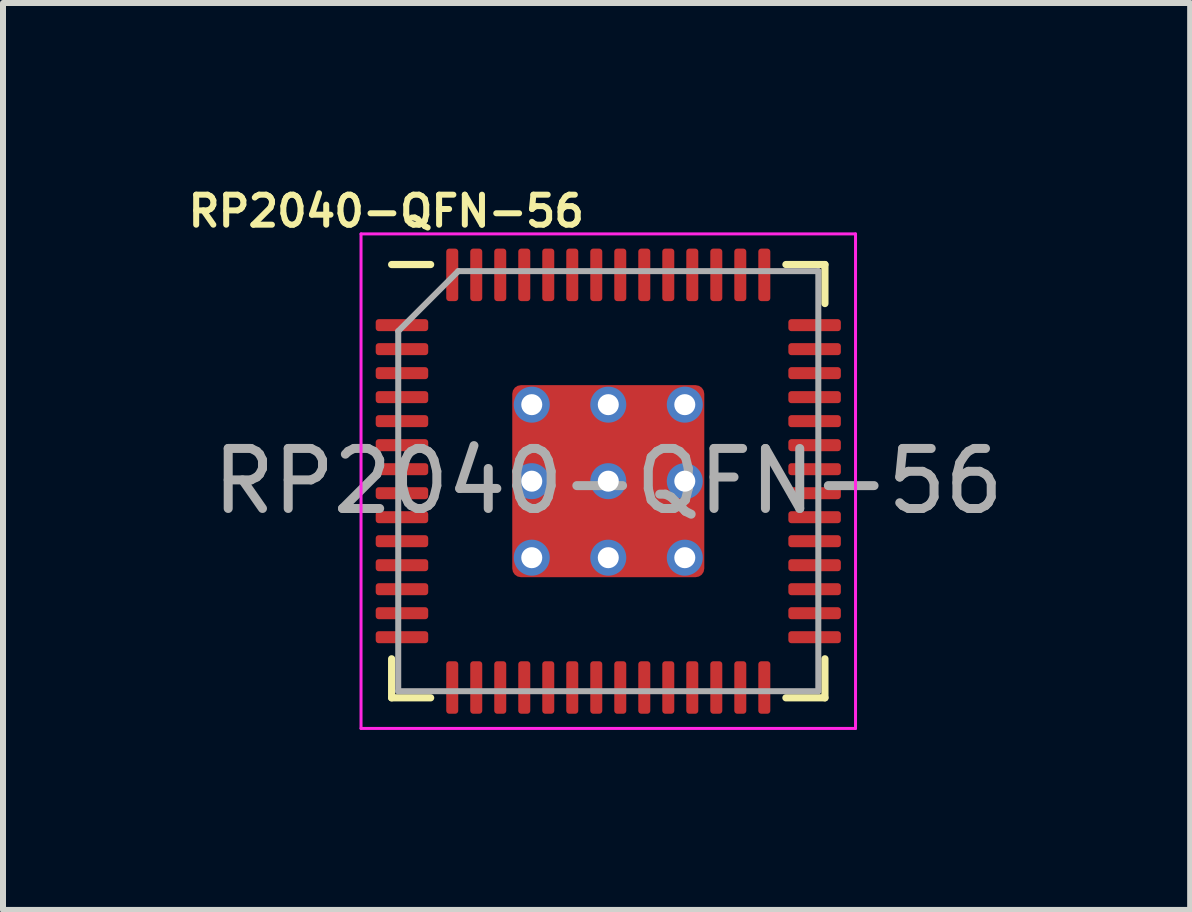
<source format=kicad_pcb>
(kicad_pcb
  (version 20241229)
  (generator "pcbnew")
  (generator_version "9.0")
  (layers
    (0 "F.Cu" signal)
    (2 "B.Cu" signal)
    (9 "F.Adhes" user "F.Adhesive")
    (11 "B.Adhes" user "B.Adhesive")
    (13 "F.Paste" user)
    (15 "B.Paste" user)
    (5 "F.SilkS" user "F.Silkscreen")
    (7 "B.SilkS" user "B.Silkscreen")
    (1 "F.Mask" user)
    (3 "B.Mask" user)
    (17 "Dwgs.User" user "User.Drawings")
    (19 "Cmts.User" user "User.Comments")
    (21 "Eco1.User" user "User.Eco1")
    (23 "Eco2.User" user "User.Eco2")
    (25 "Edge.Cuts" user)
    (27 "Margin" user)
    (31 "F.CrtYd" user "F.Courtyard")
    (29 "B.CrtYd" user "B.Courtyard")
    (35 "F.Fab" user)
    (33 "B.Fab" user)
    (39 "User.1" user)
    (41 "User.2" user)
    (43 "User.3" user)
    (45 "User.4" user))
  (footprint "RP2040-QFN-56"
    (layer "F.Cu")
    (at 7.086 4.968)
    (property "Reference" "RP2040-QFN-56" (at -3.7 -4.5 0) (layer "F.SilkS") (effects (font (size 0.5 0.5) (thickness 0.1))))
    (attr smd)
    (fp_line (start -3.61 3.61) (end -3.61 2.96) (stroke (width 0.12) (type solid)) (layer "F.SilkS"))
    (fp_line (start -2.96 -3.61) (end -3.61 -3.61) (stroke (width 0.12) (type solid)) (layer "F.SilkS"))
    (fp_line (start -2.96 3.61) (end -3.61 3.61) (stroke (width 0.12) (type solid)) (layer "F.SilkS"))
    (fp_line (start 2.96 -3.61) (end 3.61 -3.61) (stroke (width 0.12) (type solid)) (layer "F.SilkS"))
    (fp_line (start 2.96 3.61) (end 3.61 3.61) (stroke (width 0.12) (type solid)) (layer "F.SilkS"))
    (fp_line (start 3.61 -3.61) (end 3.61 -2.96) (stroke (width 0.12) (type solid)) (layer "F.SilkS"))
    (fp_line (start 3.61 3.61) (end 3.61 2.96) (stroke (width 0.12) (type solid)) (layer "F.SilkS"))
    (fp_line (start -4.12 -4.12) (end -4.12 4.12) (stroke (width 0.05) (type solid)) (layer "F.CrtYd"))
    (fp_line (start -4.12 4.12) (end 4.12 4.12) (stroke (width 0.05) (type solid)) (layer "F.CrtYd"))
    (fp_line (start 4.12 -4.12) (end -4.12 -4.12) (stroke (width 0.05) (type solid)) (layer "F.CrtYd"))
    (fp_line (start 4.12 4.12) (end 4.12 -4.12) (stroke (width 0.05) (type solid)) (layer "F.CrtYd"))
    (fp_line (start -3.5 -2.5) (end -2.5 -3.5) (stroke (width 0.1) (type solid)) (layer "F.Fab"))
    (fp_line (start -3.5 3.5) (end -3.5 -2.5) (stroke (width 0.1) (type solid)) (layer "F.Fab"))
    (fp_line (start -2.5 -3.5) (end 3.5 -3.5) (stroke (width 0.1) (type solid)) (layer "F.Fab"))
    (fp_line (start 3.5 -3.5) (end 3.5 3.5) (stroke (width 0.1) (type solid)) (layer "F.Fab"))
    (fp_line (start 3.5 3.5) (end -3.5 3.5) (stroke (width 0.1) (type solid)) (layer "F.Fab"))
    (fp_text user "${REFERENCE}" (at 0 0 0) (layer "F.Fab") (effects (font (size 1 1) (thickness 0.15))))
    (pad "" smd roundrect (at -0.637 -0.637) (size 1.084 1.084) (layers "F.Paste") (roundrect_rratio 0.231))
    (pad "" smd roundrect (at -0.637 0.637) (size 1.084 1.084) (layers "F.Paste") (roundrect_rratio 0.231))
    (pad "" smd roundrect (at 0.637 -0.637) (size 1.084 1.084) (layers "F.Paste") (roundrect_rratio 0.231))
    (pad "" smd roundrect (at 0.637 0.637) (size 1.084 1.084) (layers "F.Paste") (roundrect_rratio 0.231))
    (pad "1" smd roundrect (at -3.438 -2.6) (size 0.875 0.2) (layers "F.Cu" "F.Mask" "F.Paste") (roundrect_rratio 0.25))
    (pad "2" smd roundrect (at -3.438 -2.2) (size 0.875 0.2) (layers "F.Cu" "F.Mask" "F.Paste") (roundrect_rratio 0.25))
    (pad "3" smd roundrect (at -3.438 -1.8) (size 0.875 0.2) (layers "F.Cu" "F.Mask" "F.Paste") (roundrect_rratio 0.25))
    (pad "4" smd roundrect (at -3.438 -1.4) (size 0.875 0.2) (layers "F.Cu" "F.Mask" "F.Paste") (roundrect_rratio 0.25))
    (pad "5" smd roundrect (at -3.438 -1) (size 0.875 0.2) (layers "F.Cu" "F.Mask" "F.Paste") (roundrect_rratio 0.25))
    (pad "6" smd roundrect (at -3.438 -0.6) (size 0.875 0.2) (layers "F.Cu" "F.Mask" "F.Paste") (roundrect_rratio 0.25))
    (pad "7" smd roundrect (at -3.438 -0.2) (size 0.875 0.2) (layers "F.Cu" "F.Mask" "F.Paste") (roundrect_rratio 0.25))
    (pad "8" smd roundrect (at -3.438 0.2) (size 0.875 0.2) (layers "F.Cu" "F.Mask" "F.Paste") (roundrect_rratio 0.25))
    (pad "9" smd roundrect (at -3.438 0.6) (size 0.875 0.2) (layers "F.Cu" "F.Mask" "F.Paste") (roundrect_rratio 0.25))
    (pad "10" smd roundrect (at -3.438 1) (size 0.875 0.2) (layers "F.Cu" "F.Mask" "F.Paste") (roundrect_rratio 0.25))
    (pad "11" smd roundrect (at -3.438 1.4) (size 0.875 0.2) (layers "F.Cu" "F.Mask" "F.Paste") (roundrect_rratio 0.25))
    (pad "12" smd roundrect (at -3.438 1.8) (size 0.875 0.2) (layers "F.Cu" "F.Mask" "F.Paste") (roundrect_rratio 0.25))
    (pad "13" smd roundrect (at -3.438 2.2) (size 0.875 0.2) (layers "F.Cu" "F.Mask" "F.Paste") (roundrect_rratio 0.25))
    (pad "14" smd roundrect (at -3.438 2.6) (size 0.875 0.2) (layers "F.Cu" "F.Mask" "F.Paste") (roundrect_rratio 0.25))
    (pad "15" smd roundrect (at -2.6 3.438) (size 0.2 0.875) (layers "F.Cu" "F.Mask" "F.Paste") (roundrect_rratio 0.25))
    (pad "16" smd roundrect (at -2.2 3.438) (size 0.2 0.875) (layers "F.Cu" "F.Mask" "F.Paste") (roundrect_rratio 0.25))
    (pad "17" smd roundrect (at -1.8 3.438) (size 0.2 0.875) (layers "F.Cu" "F.Mask" "F.Paste") (roundrect_rratio 0.25))
    (pad "18" smd roundrect (at -1.4 3.438) (size 0.2 0.875) (layers "F.Cu" "F.Mask" "F.Paste") (roundrect_rratio 0.25))
    (pad "19" smd roundrect (at -1 3.438) (size 0.2 0.875) (layers "F.Cu" "F.Mask" "F.Paste") (roundrect_rratio 0.25))
    (pad "20" smd roundrect (at -0.6 3.438) (size 0.2 0.875) (layers "F.Cu" "F.Mask" "F.Paste") (roundrect_rratio 0.25))
    (pad "21" smd roundrect (at -0.2 3.438) (size 0.2 0.875) (layers "F.Cu" "F.Mask" "F.Paste") (roundrect_rratio 0.25))
    (pad "22" smd roundrect (at 0.2 3.438) (size 0.2 0.875) (layers "F.Cu" "F.Mask" "F.Paste") (roundrect_rratio 0.25))
    (pad "23" smd roundrect (at 0.6 3.438) (size 0.2 0.875) (layers "F.Cu" "F.Mask" "F.Paste") (roundrect_rratio 0.25))
    (pad "24" smd roundrect (at 1 3.438) (size 0.2 0.875) (layers "F.Cu" "F.Mask" "F.Paste") (roundrect_rratio 0.25))
    (pad "25" smd roundrect (at 1.4 3.438) (size 0.2 0.875) (layers "F.Cu" "F.Mask" "F.Paste") (roundrect_rratio 0.25))
    (pad "26" smd roundrect (at 1.8 3.438) (size 0.2 0.875) (layers "F.Cu" "F.Mask" "F.Paste") (roundrect_rratio 0.25))
    (pad "27" smd roundrect (at 2.2 3.438) (size 0.2 0.875) (layers "F.Cu" "F.Mask" "F.Paste") (roundrect_rratio 0.25))
    (pad "28" smd roundrect (at 2.6 3.438) (size 0.2 0.875) (layers "F.Cu" "F.Mask" "F.Paste") (roundrect_rratio 0.25))
    (pad "29" smd roundrect (at 3.438 2.6) (size 0.875 0.2) (layers "F.Cu" "F.Mask" "F.Paste") (roundrect_rratio 0.25))
    (pad "30" smd roundrect (at 3.438 2.2) (size 0.875 0.2) (layers "F.Cu" "F.Mask" "F.Paste") (roundrect_rratio 0.25))
    (pad "31" smd roundrect (at 3.438 1.8) (size 0.875 0.2) (layers "F.Cu" "F.Mask" "F.Paste") (roundrect_rratio 0.25))
    (pad "32" smd roundrect (at 3.438 1.4) (size 0.875 0.2) (layers "F.Cu" "F.Mask" "F.Paste") (roundrect_rratio 0.25))
    (pad "33" smd roundrect (at 3.438 1) (size 0.875 0.2) (layers "F.Cu" "F.Mask" "F.Paste") (roundrect_rratio 0.25))
    (pad "34" smd roundrect (at 3.438 0.6) (size 0.875 0.2) (layers "F.Cu" "F.Mask" "F.Paste") (roundrect_rratio 0.25))
    (pad "35" smd roundrect (at 3.438 0.2) (size 0.875 0.2) (layers "F.Cu" "F.Mask" "F.Paste") (roundrect_rratio 0.25))
    (pad "36" smd roundrect (at 3.438 -0.2) (size 0.875 0.2) (layers "F.Cu" "F.Mask" "F.Paste") (roundrect_rratio 0.25))
    (pad "37" smd roundrect (at 3.438 -0.6) (size 0.875 0.2) (layers "F.Cu" "F.Mask" "F.Paste") (roundrect_rratio 0.25))
    (pad "38" smd roundrect (at 3.438 -1) (size 0.875 0.2) (layers "F.Cu" "F.Mask" "F.Paste") (roundrect_rratio 0.25))
    (pad "39" smd roundrect (at 3.438 -1.4) (size 0.875 0.2) (layers "F.Cu" "F.Mask" "F.Paste") (roundrect_rratio 0.25))
    (pad "40" smd roundrect (at 3.438 -1.8) (size 0.875 0.2) (layers "F.Cu" "F.Mask" "F.Paste") (roundrect_rratio 0.25))
    (pad "41" smd roundrect (at 3.438 -2.2) (size 0.875 0.2) (layers "F.Cu" "F.Mask" "F.Paste") (roundrect_rratio 0.25))
    (pad "42" smd roundrect (at 3.438 -2.6) (size 0.875 0.2) (layers "F.Cu" "F.Mask" "F.Paste") (roundrect_rratio 0.25))
    (pad "43" smd roundrect (at 2.6 -3.438) (size 0.2 0.875) (layers "F.Cu" "F.Mask" "F.Paste") (roundrect_rratio 0.25))
    (pad "44" smd roundrect (at 2.2 -3.438) (size 0.2 0.875) (layers "F.Cu" "F.Mask" "F.Paste") (roundrect_rratio 0.25))
    (pad "45" smd roundrect (at 1.8 -3.438) (size 0.2 0.875) (layers "F.Cu" "F.Mask" "F.Paste") (roundrect_rratio 0.25))
    (pad "46" smd roundrect (at 1.4 -3.438) (size 0.2 0.875) (layers "F.Cu" "F.Mask" "F.Paste") (roundrect_rratio 0.25))
    (pad "47" smd roundrect (at 1 -3.438) (size 0.2 0.875) (layers "F.Cu" "F.Mask" "F.Paste") (roundrect_rratio 0.25))
    (pad "48" smd roundrect (at 0.6 -3.438) (size 0.2 0.875) (layers "F.Cu" "F.Mask" "F.Paste") (roundrect_rratio 0.25))
    (pad "49" smd roundrect (at 0.2 -3.438) (size 0.2 0.875) (layers "F.Cu" "F.Mask" "F.Paste") (roundrect_rratio 0.25))
    (pad "50" smd roundrect (at -0.2 -3.438) (size 0.2 0.875) (layers "F.Cu" "F.Mask" "F.Paste") (roundrect_rratio 0.25))
    (pad "51" smd roundrect (at -0.6 -3.438) (size 0.2 0.875) (layers "F.Cu" "F.Mask" "F.Paste") (roundrect_rratio 0.25))
    (pad "52" smd roundrect (at -1 -3.438) (size 0.2 0.875) (layers "F.Cu" "F.Mask" "F.Paste") (roundrect_rratio 0.25))
    (pad "53" smd roundrect (at -1.4 -3.438) (size 0.2 0.875) (layers "F.Cu" "F.Mask" "F.Paste") (roundrect_rratio 0.25))
    (pad "54" smd roundrect (at -1.8 -3.438) (size 0.2 0.875) (layers "F.Cu" "F.Mask" "F.Paste") (roundrect_rratio 0.25))
    (pad "55" smd roundrect (at -2.2 -3.438) (size 0.2 0.875) (layers "F.Cu" "F.Mask" "F.Paste") (roundrect_rratio 0.25))
    (pad "56" smd roundrect (at -2.6 -3.438) (size 0.2 0.875) (layers "F.Cu" "F.Mask" "F.Paste") (roundrect_rratio 0.25))
    (pad "57" thru_hole circle (at -1.275 -1.275) (size 0.6 0.6) (drill 0.35) (property pad_prop_heatsink) (layers "*.Cu"))
    (pad "57" thru_hole circle (at -1.275 0) (size 0.6 0.6) (drill 0.35) (property pad_prop_heatsink) (layers "*.Cu"))
    (pad "57" thru_hole circle (at -1.275 1.275) (size 0.6 0.6) (drill 0.35) (property pad_prop_heatsink) (layers "*.Cu"))
    (pad "57" thru_hole circle (at 0 -1.275) (size 0.6 0.6) (drill 0.35) (property pad_prop_heatsink) (layers "*.Cu"))
    (pad "57" thru_hole circle (at 0 0) (size 0.6 0.6) (drill 0.35) (property pad_prop_heatsink) (layers "*.Cu"))
    (pad "57" smd roundrect (at 0 0) (size 3.2 3.2) (layers "F.Cu" "F.Mask") (roundrect_rratio 0.045))
    (pad "57" thru_hole circle (at 0 1.275) (size 0.6 0.6) (drill 0.35) (property pad_prop_heatsink) (layers "*.Cu"))
    (pad "57" thru_hole circle (at 1.275 -1.275) (size 0.6 0.6) (drill 0.35) (property pad_prop_heatsink) (layers "*.Cu"))
    (pad "57" thru_hole circle (at 1.275 0) (size 0.6 0.6) (drill 0.35) (property pad_prop_heatsink) (layers "*.Cu"))
    (pad "57" thru_hole circle (at 1.275 1.275) (size 0.6 0.6) (drill 0.35) (property pad_prop_heatsink) (layers "*.Cu")))
  (gr_rect
    (start -3 -3)
    (end 16.782 12.113)
    (stroke (width 0.1) (type default))
    (fill no)
    (layer "Edge.Cuts")))
</source>
